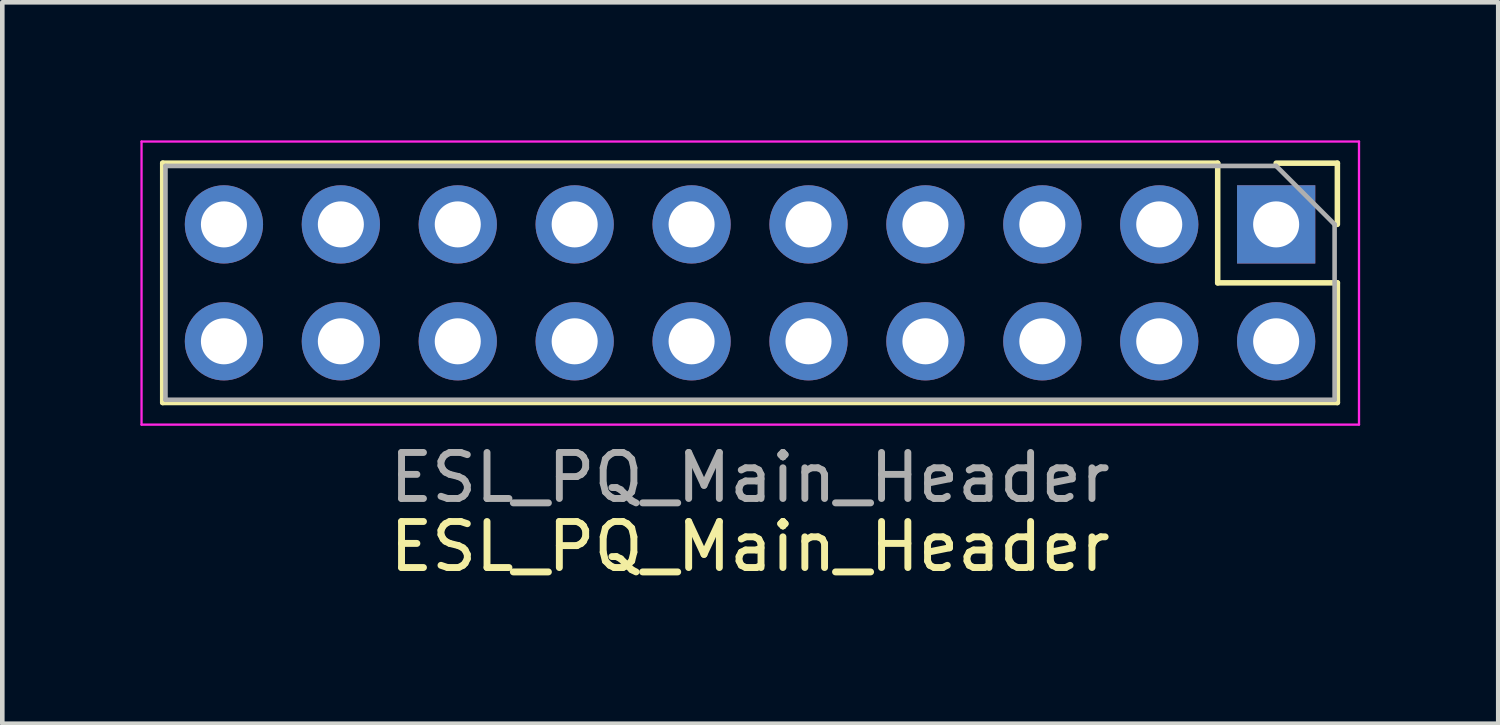
<source format=kicad_pcb>
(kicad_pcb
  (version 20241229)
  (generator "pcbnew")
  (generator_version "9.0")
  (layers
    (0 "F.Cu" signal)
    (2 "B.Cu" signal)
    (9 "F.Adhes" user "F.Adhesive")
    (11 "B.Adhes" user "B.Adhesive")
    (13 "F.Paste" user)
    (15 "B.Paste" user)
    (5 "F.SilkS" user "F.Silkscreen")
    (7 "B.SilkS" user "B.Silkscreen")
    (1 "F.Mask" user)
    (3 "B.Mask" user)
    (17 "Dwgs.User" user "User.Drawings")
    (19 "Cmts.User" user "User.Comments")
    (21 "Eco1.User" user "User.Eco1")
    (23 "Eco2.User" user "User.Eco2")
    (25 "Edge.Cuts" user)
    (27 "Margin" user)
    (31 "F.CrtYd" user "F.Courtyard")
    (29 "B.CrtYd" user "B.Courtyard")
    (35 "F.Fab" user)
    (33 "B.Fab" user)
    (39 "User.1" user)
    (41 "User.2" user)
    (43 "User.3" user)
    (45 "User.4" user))
  (footprint "ESL_PQ_Main_Header"
    (layer "F.Cu")
    (at 13.245 1.825)
    (property "Reference" "ESL_PQ_Main_Header" (at 0 7 0) (layer "F.SilkS") (effects (font (size 1 1) (thickness 0.15))))
    (attr through_hole)
    (fp_line (start -12.76 -1.33) (end -12.76 3.87) (stroke (width 0.12) (type solid)) (layer "F.SilkS"))
    (fp_line (start 10.16 -1.33) (end -12.76 -1.33) (stroke (width 0.12) (type solid)) (layer "F.SilkS"))
    (fp_line (start 10.16 -1.33) (end 10.16 1.27) (stroke (width 0.12) (type solid)) (layer "F.SilkS"))
    (fp_line (start 10.16 1.27) (end 12.76 1.27) (stroke (width 0.12) (type solid)) (layer "F.SilkS"))
    (fp_line (start 11.43 -1.33) (end 12.76 -1.33) (stroke (width 0.12) (type solid)) (layer "F.SilkS"))
    (fp_line (start 12.76 -1.33) (end 12.76 0) (stroke (width 0.12) (type solid)) (layer "F.SilkS"))
    (fp_line (start 12.76 1.27) (end 12.76 3.87) (stroke (width 0.12) (type solid)) (layer "F.SilkS"))
    (fp_line (start 12.76 3.87) (end -12.76 3.87) (stroke (width 0.12) (type solid)) (layer "F.SilkS"))
    (fp_line (start -13.22 -1.8) (end -13.22 4.35) (stroke (width 0.05) (type solid)) (layer "F.CrtYd"))
    (fp_line (start -13.22 4.35) (end 13.23 4.35) (stroke (width 0.05) (type solid)) (layer "F.CrtYd"))
    (fp_line (start 13.23 -1.8) (end -13.22 -1.8) (stroke (width 0.05) (type solid)) (layer "F.CrtYd"))
    (fp_line (start 13.23 4.35) (end 13.23 -1.8) (stroke (width 0.05) (type solid)) (layer "F.CrtYd"))
    (fp_line (start -12.7 -1.27) (end 11.43 -1.27) (stroke (width 0.1) (type solid)) (layer "F.Fab"))
    (fp_line (start -12.7 3.81) (end -12.7 -1.27) (stroke (width 0.1) (type solid)) (layer "F.Fab"))
    (fp_line (start 11.43 -1.27) (end 12.7 0) (stroke (width 0.1) (type solid)) (layer "F.Fab"))
    (fp_line (start 12.7 0) (end 12.7 3.81) (stroke (width 0.1) (type solid)) (layer "F.Fab"))
    (fp_line (start 12.7 3.81) (end -12.7 3.81) (stroke (width 0.1) (type solid)) (layer "F.Fab"))
    (fp_text user "${REFERENCE}" (at 0 5.5 0) (layer "F.Fab") (effects (font (size 1 1) (thickness 0.15))))
    (pad "1" thru_hole rect (at 11.43 0 270) (size 1.7 1.7) (drill 1) (layers "*.Cu" "*.Mask"))
    (pad "2" thru_hole oval (at 8.89 0 270) (size 1.7 1.7) (drill 1) (layers "*.Cu" "*.Mask"))
    (pad "3" thru_hole oval (at 6.35 0 270) (size 1.7 1.7) (drill 1) (layers "*.Cu" "*.Mask"))
    (pad "4" thru_hole oval (at 3.81 0 270) (size 1.7 1.7) (drill 1) (layers "*.Cu" "*.Mask"))
    (pad "5" thru_hole oval (at 1.27 0 270) (size 1.7 1.7) (drill 1) (layers "*.Cu" "*.Mask"))
    (pad "6" thru_hole oval (at -1.27 0 270) (size 1.7 1.7) (drill 1) (layers "*.Cu" "*.Mask"))
    (pad "7" thru_hole oval (at -3.81 0 270) (size 1.7 1.7) (drill 1) (layers "*.Cu" "*.Mask"))
    (pad "8" thru_hole oval (at -6.35 0 270) (size 1.7 1.7) (drill 1) (layers "*.Cu" "*.Mask"))
    (pad "9" thru_hole oval (at -8.89 0 270) (size 1.7 1.7) (drill 1) (layers "*.Cu" "*.Mask"))
    (pad "10" thru_hole oval (at -11.43 0 270) (size 1.7 1.7) (drill 1) (layers "*.Cu" "*.Mask"))
    (pad "11" thru_hole oval (at -11.43 2.54 270) (size 1.7 1.7) (drill 1) (layers "*.Cu" "*.Mask"))
    (pad "12" thru_hole oval (at -8.89 2.54 270) (size 1.7 1.7) (drill 1) (layers "*.Cu" "*.Mask"))
    (pad "13" thru_hole oval (at -6.35 2.54 270) (size 1.7 1.7) (drill 1) (layers "*.Cu" "*.Mask"))
    (pad "14" thru_hole oval (at -3.81 2.54 270) (size 1.7 1.7) (drill 1) (layers "*.Cu" "*.Mask"))
    (pad "15" thru_hole oval (at -1.27 2.54 270) (size 1.7 1.7) (drill 1) (layers "*.Cu" "*.Mask"))
    (pad "16" thru_hole oval (at 1.27 2.54 270) (size 1.7 1.7) (drill 1) (layers "*.Cu" "*.Mask"))
    (pad "17" thru_hole oval (at 3.81 2.54 270) (size 1.7 1.7) (drill 1) (layers "*.Cu" "*.Mask"))
    (pad "18" thru_hole oval (at 6.35 2.54 270) (size 1.7 1.7) (drill 1) (layers "*.Cu" "*.Mask"))
    (pad "19" thru_hole oval (at 8.89 2.54 270) (size 1.7 1.7) (drill 1) (layers "*.Cu" "*.Mask"))
    (pad "20" thru_hole oval (at 11.43 2.54 270) (size 1.7 1.7) (drill 1) (layers "*.Cu" "*.Mask")))
  (gr_rect
    (start -3 -3)
    (end 29.5 12.673)
    (stroke (width 0.1) (type default))
    (fill no)
    (layer "Edge.Cuts")))
</source>
